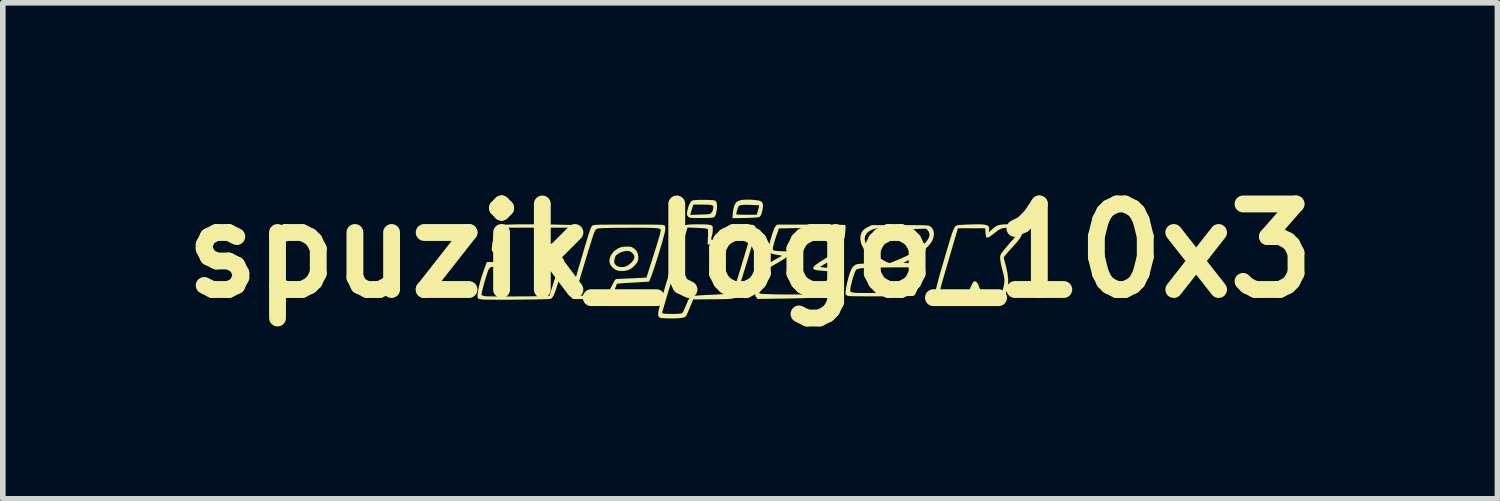
<source format=kicad_pcb>
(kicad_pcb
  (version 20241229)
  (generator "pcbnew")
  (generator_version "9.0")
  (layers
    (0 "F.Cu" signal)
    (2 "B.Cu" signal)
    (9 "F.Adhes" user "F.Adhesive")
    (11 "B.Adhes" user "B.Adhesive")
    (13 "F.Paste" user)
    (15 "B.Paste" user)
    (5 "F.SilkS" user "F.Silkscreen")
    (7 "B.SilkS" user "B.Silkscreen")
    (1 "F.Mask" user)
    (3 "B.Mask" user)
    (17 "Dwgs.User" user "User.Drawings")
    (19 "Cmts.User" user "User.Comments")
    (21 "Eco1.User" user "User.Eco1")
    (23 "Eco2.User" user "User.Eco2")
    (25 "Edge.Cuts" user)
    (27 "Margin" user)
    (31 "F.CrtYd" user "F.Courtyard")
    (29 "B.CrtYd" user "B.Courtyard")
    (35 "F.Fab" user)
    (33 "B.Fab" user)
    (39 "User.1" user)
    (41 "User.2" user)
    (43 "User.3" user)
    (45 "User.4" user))
  (footprint "spuzik_logo_10x3"
    (layer "F.Cu")
    (at 10.312 1.418)
    (property "Reference" "spuzik_logo_10x3" (at 0 0 0) (layer "F.SilkS") (effects (font (size 1.524 1.524) (thickness 0.3))))
    (attr board_only exclude_from_pos_files exclude_from_bom)
    (fp_poly (pts (xy 0.006 -0.911) (xy 0.025 -0.91) (xy 0.097 -0.904) (xy 0.15 -0.896) (xy 0.188 -0.883) (xy 0.213 -0.866) (xy 0.226 -0.842) (xy 0.23 -0.809) (xy 0.228 -0.776) (xy 0.217 -0.708) (xy 0.202 -0.655) (xy 0.183 -0.618) (xy 0.163 -0.601) (xy 0.144 -0.597) (xy 0.107 -0.593) (xy 0.056 -0.59) (xy -0.008 -0.587) (xy -0.082 -0.585) (xy -0.09 -0.585) (xy -0.315 -0.581) (xy -0.309 -0.655) (xy -0.248 -0.655) (xy -0.244 -0.65) (xy -0.232 -0.647) (xy -0.21 -0.645) (xy -0.175 -0.644) (xy -0.126 -0.643) (xy -0.067 -0.643) (xy 0.119 -0.643) (xy 0.135 -0.698) (xy 0.145 -0.735) (xy 0.154 -0.768) (xy 0.157 -0.782) (xy 0.163 -0.811) (xy 0.036 -0.817) (xy -0.048 -0.82) (xy -0.115 -0.819) (xy -0.164 -0.814) (xy -0.194 -0.804) (xy -0.199 -0.801) (xy -0.208 -0.787) (xy -0.219 -0.759) (xy -0.227 -0.735) (xy -0.237 -0.701) (xy -0.244 -0.673) (xy -0.248 -0.661) (xy -0.248 -0.655) (xy -0.309 -0.655) (xy -0.309 -0.66) (xy -0.298 -0.744) (xy -0.279 -0.809) (xy -0.254 -0.855) (xy -0.243 -0.868) (xy -0.207 -0.89) (xy -0.153 -0.905) (xy -0.082 -0.912)) (stroke (width 0) (type solid)) (fill yes) (layer "F.SilkS"))
    (fp_poly (pts (xy -2.158 -0.075) (xy -2.129 -0.072) (xy -2.107 -0.066) (xy -2.085 -0.054) (xy -2.069 -0.043) (xy -2.026 -0.002) (xy -2 0.049) (xy -1.99 0.111) (xy -1.99 0.115) (xy -1.993 0.158) (xy -2.005 0.193) (xy -2.027 0.228) (xy -2.052 0.257) (xy -2.102 0.305) (xy -2.152 0.336) (xy -2.206 0.353) (xy -2.255 0.358) (xy -2.296 0.358) (xy -2.333 0.357) (xy -2.357 0.353) (xy -2.411 0.33) (xy -2.457 0.292) (xy -2.491 0.244) (xy -2.502 0.213) (xy -2.503 0.199) (xy -2.42 0.199) (xy -2.414 0.227) (xy -2.389 0.259) (xy -2.35 0.281) (xy -2.301 0.29) (xy -2.246 0.286) (xy -2.219 0.28) (xy -2.183 0.263) (xy -2.143 0.234) (xy -2.106 0.2) (xy -2.079 0.167) (xy -2.075 0.16) (xy -2.061 0.118) (xy -2.066 0.081) (xy -2.09 0.047) (xy -2.096 0.041) (xy -2.123 0.021) (xy -2.149 0.007) (xy -2.157 0.004) (xy -2.201 0.001) (xy -2.252 0.01) (xy -2.305 0.028) (xy -2.352 0.053) (xy -2.388 0.082) (xy -2.391 0.086) (xy -2.408 0.118) (xy -2.418 0.159) (xy -2.42 0.199) (xy -2.503 0.199) (xy -2.505 0.166) (xy -2.494 0.115) (xy -2.469 0.064) (xy -2.434 0.018) (xy -2.417 0.003) (xy -2.363 -0.037) (xy -2.311 -0.061) (xy -2.253 -0.073) (xy -2.201 -0.075)) (stroke (width 0) (type solid)) (fill yes) (layer "F.SilkS"))
    (fp_poly (pts (xy -0.753 -0.907) (xy -0.702 -0.905) (xy -0.661 -0.902) (xy -0.633 -0.898) (xy -0.626 -0.896) (xy -0.606 -0.877) (xy -0.596 -0.857) (xy -0.59 -0.817) (xy -0.59 -0.767) (xy -0.596 -0.713) (xy -0.607 -0.662) (xy -0.607 -0.66) (xy -0.619 -0.627) (xy -0.631 -0.608) (xy -0.648 -0.597) (xy -0.655 -0.594) (xy -0.674 -0.591) (xy -0.709 -0.588) (xy -0.755 -0.586) (xy -0.81 -0.585) (xy -0.869 -0.584) (xy -0.927 -0.584) (xy -0.982 -0.585) (xy -1.028 -0.586) (xy -1.061 -0.588) (xy -1.073 -0.59) (xy -1.095 -0.601) (xy -1.113 -0.62) (xy -1.122 -0.637) (xy -1.122 -0.641) (xy -1.068 -0.641) (xy -0.897 -0.645) (xy -0.832 -0.647) (xy -0.783 -0.649) (xy -0.749 -0.652) (xy -0.725 -0.656) (xy -0.708 -0.662) (xy -0.701 -0.666) (xy -0.678 -0.691) (xy -0.662 -0.727) (xy -0.654 -0.766) (xy -0.655 -0.784) (xy -0.659 -0.797) (xy -0.667 -0.807) (xy -0.684 -0.814) (xy -0.711 -0.818) (xy -0.75 -0.821) (xy -0.805 -0.823) (xy -0.86 -0.823) (xy -1.011 -0.824) (xy -1.032 -0.756) (xy -1.044 -0.719) (xy -1.054 -0.685) (xy -1.061 -0.665) (xy -1.068 -0.641) (xy -1.122 -0.641) (xy -1.125 -0.657) (xy -1.122 -0.687) (xy -1.119 -0.707) (xy -1.105 -0.765) (xy -1.087 -0.817) (xy -1.065 -0.859) (xy -1.041 -0.888) (xy -1.028 -0.896) (xy -1.007 -0.901) (xy -0.97 -0.904) (xy -0.923 -0.907) (xy -0.868 -0.908) (xy -0.81 -0.908)) (stroke (width 0) (type solid)) (fill yes) (layer "F.SilkS"))
    (fp_poly (pts (xy -2.031 -0.467) (xy -1.922 -0.467) (xy -1.831 -0.467) (xy -1.755 -0.467) (xy -1.693 -0.466) (xy -1.644 -0.465) (xy -1.605 -0.464) (xy -1.576 -0.463) (xy -1.556 -0.461) (xy -1.541 -0.459) (xy -1.532 -0.456) (xy -1.526 -0.453) (xy -1.522 -0.449) (xy -1.521 -0.447) (xy -1.512 -0.427) (xy -1.51 -0.395) (xy -1.512 -0.372) (xy -1.517 -0.343) (xy -1.527 -0.298) (xy -1.543 -0.239) (xy -1.562 -0.17) (xy -1.585 -0.092) (xy -1.609 -0.009) (xy -1.635 0.076) (xy -1.662 0.161) (xy -1.688 0.243) (xy -1.713 0.319) (xy -1.737 0.387) (xy -1.757 0.444) (xy -1.77 0.478) (xy -1.8 0.549) (xy -2.013 0.562) (xy -2.082 0.566) (xy -2.149 0.57) (xy -2.21 0.573) (xy -2.26 0.577) (xy -2.295 0.579) (xy -2.299 0.58) (xy -2.371 0.586) (xy -2.418 0.705) (xy -2.441 0.762) (xy -2.46 0.802) (xy -2.476 0.828) (xy -2.491 0.842) (xy -2.5 0.847) (xy -2.514 0.851) (xy -2.533 0.854) (xy -2.56 0.857) (xy -2.598 0.858) (xy -2.649 0.859) (xy -2.716 0.86) (xy -2.799 0.861) (xy -2.809 0.861) (xy -2.885 0.861) (xy -2.957 0.861) (xy -3.021 0.86) (xy -3.074 0.86) (xy -3.113 0.859) (xy -3.136 0.858) (xy -3.138 0.858) (xy -3.153 0.855) (xy -3.165 0.852) (xy -3.174 0.845) (xy -3.18 0.834) (xy -3.183 0.818) (xy -3.183 0.794) (xy -3.181 0.782) (xy -3.11 0.782) (xy -3.109 0.784) (xy -3.101 0.79) (xy -3.089 0.794) (xy -3.07 0.797) (xy -3.042 0.799) (xy -3.003 0.799) (xy -2.951 0.799) (xy -2.883 0.798) (xy -2.809 0.797) (xy -2.73 0.795) (xy -2.669 0.793) (xy -2.623 0.791) (xy -2.59 0.789) (xy -2.568 0.786) (xy -2.554 0.782) (xy -2.546 0.777) (xy -2.545 0.775) (xy -2.535 0.761) (xy -2.519 0.732) (xy -2.498 0.692) (xy -2.475 0.646) (xy -2.467 0.631) (xy -2.441 0.58) (xy -2.422 0.545) (xy -2.408 0.523) (xy -2.397 0.51) (xy -2.386 0.504) (xy -2.374 0.502) (xy -2.37 0.502) (xy -2.351 0.501) (xy -2.315 0.499) (xy -2.265 0.497) (xy -2.205 0.494) (xy -2.138 0.491) (xy -2.092 0.489) (xy -1.846 0.477) (xy -1.738 0.136) (xy -1.711 0.052) (xy -1.686 -0.029) (xy -1.662 -0.104) (xy -1.642 -0.172) (xy -1.625 -0.228) (xy -1.613 -0.27) (xy -1.607 -0.291) (xy -1.597 -0.332) (xy -1.592 -0.358) (xy -1.592 -0.373) (xy -1.597 -0.383) (xy -1.603 -0.388) (xy -1.614 -0.394) (xy -1.632 -0.399) (xy -1.658 -0.403) (xy -1.693 -0.406) (xy -1.739 -0.408) (xy -1.797 -0.41) (xy -1.869 -0.411) (xy -1.957 -0.412) (xy -2.061 -0.411) (xy -2.183 -0.411) (xy -2.231 -0.41) (xy -2.344 -0.41) (xy -2.438 -0.409) (xy -2.515 -0.407) (xy -2.577 -0.406) (xy -2.626 -0.404) (xy -2.663 -0.402) (xy -2.691 -0.4) (xy -2.71 -0.397) (xy -2.723 -0.394) (xy -2.729 -0.392) (xy -2.739 -0.386) (xy -2.749 -0.377) (xy -2.758 -0.364) (xy -2.768 -0.345) (xy -2.78 -0.318) (xy -2.793 -0.28) (xy -2.81 -0.23) (xy -2.83 -0.165) (xy -2.855 -0.085) (xy -2.871 -0.035) (xy -2.919 0.122) (xy -2.961 0.26) (xy -2.997 0.38) (xy -3.028 0.484) (xy -3.054 0.57) (xy -3.074 0.642) (xy -3.09 0.698) (xy -3.101 0.739) (xy -3.108 0.767) (xy -3.11 0.782) (xy -3.181 0.782) (xy -3.179 0.763) (xy -3.17 0.722) (xy -3.158 0.67) (xy -3.141 0.606) (xy -3.12 0.528) (xy -3.093 0.436) (xy -3.062 0.327) (xy -3.024 0.201) (xy -3.011 0.156) (xy -2.975 0.035) (xy -2.945 -0.069) (xy -2.919 -0.156) (xy -2.897 -0.228) (xy -2.879 -0.287) (xy -2.863 -0.334) (xy -2.851 -0.37) (xy -2.84 -0.398) (xy -2.832 -0.418) (xy -2.824 -0.432) (xy -2.817 -0.441) (xy -2.809 -0.448) (xy -2.805 -0.451) (xy -2.798 -0.454) (xy -2.788 -0.457) (xy -2.774 -0.46) (xy -2.753 -0.462) (xy -2.724 -0.463) (xy -2.685 -0.465) (xy -2.636 -0.466) (xy -2.575 -0.466) (xy -2.499 -0.467) (xy -2.409 -0.467) (xy -2.301 -0.467) (xy -2.175 -0.467) (xy -2.158 -0.467)) (stroke (width 0) (type solid)) (fill yes) (layer "F.SilkS"))
    (fp_poly (pts (xy -3.845 -0.472) (xy -3.734 -0.471) (xy -3.621 -0.47) (xy -3.509 -0.468) (xy -3.469 -0.467) (xy -3.154 -0.46) (xy -3.16 -0.373) (xy -3.167 -0.31) (xy -3.175 -0.258) (xy -3.188 -0.209) (xy -3.208 -0.155) (xy -3.214 -0.138) (xy -3.242 -0.071) (xy -3.406 -0.068) (xy -3.571 -0.065) (xy -3.475 0.008) (xy -3.412 0.058) (xy -3.366 0.099) (xy -3.335 0.133) (xy -3.32 0.16) (xy -3.317 0.174) (xy -3.32 0.194) (xy -3.328 0.231) (xy -3.34 0.28) (xy -3.355 0.339) (xy -3.372 0.404) (xy -3.391 0.472) (xy -3.411 0.539) (xy -3.43 0.602) (xy -3.442 0.638) (xy -3.465 0.709) (xy -3.486 0.762) (xy -3.503 0.801) (xy -3.52 0.828) (xy -3.538 0.846) (xy -3.556 0.856) (xy -3.571 0.858) (xy -3.604 0.86) (xy -3.653 0.862) (xy -3.716 0.864) (xy -3.79 0.865) (xy -3.873 0.867) (xy -3.963 0.868) (xy -4.058 0.869) (xy -4.155 0.87) (xy -4.253 0.871) (xy -4.349 0.871) (xy -4.441 0.871) (xy -4.526 0.871) (xy -4.604 0.87) (xy -4.671 0.87) (xy -4.725 0.868) (xy -4.764 0.867) (xy -4.786 0.865) (xy -4.786 0.865) (xy -4.817 0.858) (xy -4.839 0.852) (xy -4.844 0.85) (xy -4.853 0.833) (xy -4.856 0.8) (xy -4.854 0.778) (xy -4.784 0.778) (xy -4.78 0.791) (xy -4.767 0.797) (xy -4.758 0.799) (xy -4.734 0.805) (xy -4.719 0.809) (xy -4.706 0.81) (xy -4.674 0.811) (xy -4.628 0.812) (xy -4.569 0.813) (xy -4.499 0.813) (xy -4.421 0.813) (xy -4.337 0.813) (xy -4.251 0.813) (xy -4.163 0.813) (xy -4.077 0.812) (xy -3.995 0.812) (xy -3.919 0.811) (xy -3.852 0.81) (xy -3.797 0.808) (xy -3.768 0.808) (xy -3.573 0.801) (xy -3.499 0.564) (xy -3.477 0.494) (xy -3.456 0.426) (xy -3.436 0.365) (xy -3.42 0.313) (xy -3.408 0.274) (xy -3.404 0.259) (xy -3.383 0.191) (xy -3.413 0.16) (xy -3.434 0.141) (xy -3.466 0.116) (xy -3.505 0.087) (xy -3.53 0.069) (xy -3.568 0.043) (xy -3.6 0.018) (xy -3.621 -0.001) (xy -3.628 -0.01) (xy -3.637 -0.038) (xy -3.638 -0.07) (xy -3.632 -0.098) (xy -3.624 -0.11) (xy -3.608 -0.116) (xy -3.577 -0.122) (xy -3.536 -0.128) (xy -3.491 -0.132) (xy -3.421 -0.139) (xy -3.369 -0.146) (xy -3.331 -0.154) (xy -3.305 -0.164) (xy -3.288 -0.177) (xy -3.282 -0.184) (xy -3.271 -0.208) (xy -3.259 -0.248) (xy -3.247 -0.299) (xy -3.235 -0.359) (xy -3.232 -0.374) (xy -3.226 -0.412) (xy -4.442 -0.412) (xy -4.462 -0.344) (xy -4.474 -0.304) (xy -4.49 -0.252) (xy -4.506 -0.199) (xy -4.513 -0.176) (xy -4.525 -0.133) (xy -4.535 -0.097) (xy -4.542 -0.071) (xy -4.543 -0.063) (xy -4.536 -0.053) (xy -4.516 -0.032) (xy -4.485 -0.004) (xy -4.447 0.029) (xy -4.43 0.044) (xy -4.367 0.098) (xy -4.321 0.142) (xy -4.291 0.178) (xy -4.277 0.206) (xy -4.28 0.227) (xy -4.297 0.242) (xy -4.33 0.252) (xy -4.36 0.256) (xy -4.45 0.266) (xy -4.52 0.275) (xy -4.572 0.282) (xy -4.606 0.288) (xy -4.621 0.293) (xy -4.641 0.308) (xy -4.66 0.339) (xy -4.665 0.349) (xy -4.676 0.379) (xy -4.691 0.423) (xy -4.708 0.478) (xy -4.726 0.537) (xy -4.743 0.597) (xy -4.758 0.654) (xy -4.771 0.703) (xy -4.779 0.739) (xy -4.781 0.751) (xy -4.784 0.778) (xy -4.854 0.778) (xy -4.852 0.752) (xy -4.842 0.693) (xy -4.827 0.623) (xy -4.807 0.546) (xy -4.783 0.464) (xy -4.755 0.379) (xy -4.732 0.314) (xy -4.69 0.201) (xy -4.526 0.201) (xy -4.471 0.201) (xy -4.424 0.199) (xy -4.388 0.198) (xy -4.367 0.195) (xy -4.362 0.193) (xy -4.371 0.185) (xy -4.392 0.169) (xy -4.423 0.149) (xy -4.444 0.136) (xy -4.486 0.108) (xy -4.526 0.077) (xy -4.558 0.048) (xy -4.565 0.04) (xy -4.587 0.015) (xy -4.599 -0.004) (xy -4.602 -0.024) (xy -4.601 -0.054) (xy -4.599 -0.069) (xy -4.591 -0.134) (xy -4.579 -0.201) (xy -4.564 -0.266) (xy -4.548 -0.327) (xy -4.531 -0.38) (xy -4.514 -0.421) (xy -4.498 -0.448) (xy -4.49 -0.455) (xy -4.474 -0.458) (xy -4.439 -0.462) (xy -4.388 -0.465) (xy -4.322 -0.467) (xy -4.244 -0.469) (xy -4.156 -0.471) (xy -4.058 -0.472) (xy -3.954 -0.472)) (stroke (width 0) (type solid)) (fill yes) (layer "F.SilkS"))
    (fp_poly (pts (xy 2.782 -0.457) (xy 2.877 -0.457) (xy 2.956 -0.457) (xy 3.02 -0.456) (xy 3.07 -0.456) (xy 3.11 -0.454) (xy 3.14 -0.453) (xy 3.162 -0.451) (xy 3.178 -0.448) (xy 3.19 -0.445) (xy 3.199 -0.441) (xy 3.206 -0.437) (xy 3.243 -0.404) (xy 3.266 -0.36) (xy 3.275 -0.306) (xy 3.268 -0.246) (xy 3.249 -0.189) (xy 3.217 -0.135) (xy 3.167 -0.077) (xy 3.1 -0.017) (xy 3.019 0.045) (xy 2.925 0.107) (xy 2.831 0.162) (xy 2.731 0.216) (xy 2.866 0.222) (xy 2.94 0.226) (xy 2.996 0.231) (xy 3.036 0.238) (xy 3.063 0.25) (xy 3.077 0.268) (xy 3.082 0.295) (xy 3.078 0.331) (xy 3.069 0.379) (xy 3.066 0.394) (xy 3.047 0.476) (xy 3.025 0.555) (xy 3.003 0.627) (xy 2.98 0.69) (xy 2.958 0.741) (xy 2.937 0.779) (xy 2.919 0.799) (xy 2.916 0.801) (xy 2.903 0.803) (xy 2.872 0.804) (xy 2.825 0.806) (xy 2.765 0.807) (xy 2.694 0.808) (xy 2.613 0.809) (xy 2.526 0.81) (xy 2.434 0.81) (xy 2.34 0.811) (xy 2.246 0.811) (xy 2.154 0.811) (xy 2.066 0.811) (xy 1.984 0.81) (xy 1.912 0.81) (xy 1.85 0.809) (xy 1.802 0.808) (xy 1.768 0.806) (xy 1.753 0.805) (xy 1.724 0.796) (xy 1.707 0.786) (xy 1.7 0.768) (xy 1.701 0.737) (xy 1.703 0.716) (xy 1.704 0.71) (xy 1.784 0.71) (xy 1.787 0.726) (xy 1.787 0.726) (xy 1.804 0.735) (xy 1.831 0.743) (xy 1.836 0.745) (xy 1.857 0.747) (xy 1.894 0.749) (xy 1.946 0.75) (xy 2.01 0.751) (xy 2.084 0.751) (xy 2.165 0.751) (xy 2.252 0.751) (xy 2.34 0.751) (xy 2.429 0.75) (xy 2.516 0.749) (xy 2.598 0.747) (xy 2.673 0.746) (xy 2.739 0.744) (xy 2.793 0.742) (xy 2.833 0.74) (xy 2.856 0.737) (xy 2.861 0.736) (xy 2.874 0.725) (xy 2.887 0.706) (xy 2.901 0.676) (xy 2.918 0.634) (xy 2.937 0.577) (xy 2.96 0.504) (xy 2.971 0.469) (xy 2.989 0.409) (xy 3.001 0.365) (xy 3.008 0.335) (xy 3.01 0.315) (xy 3.008 0.304) (xy 3.005 0.3) (xy 2.991 0.298) (xy 2.96 0.296) (xy 2.914 0.295) (xy 2.855 0.294) (xy 2.785 0.294) (xy 2.706 0.294) (xy 2.622 0.294) (xy 2.534 0.295) (xy 2.445 0.296) (xy 2.357 0.297) (xy 2.272 0.299) (xy 2.194 0.301) (xy 2.123 0.303) (xy 2.063 0.305) (xy 2.016 0.308) (xy 1.984 0.31) (xy 1.976 0.311) (xy 1.939 0.318) (xy 1.91 0.326) (xy 1.894 0.332) (xy 1.894 0.332) (xy 1.881 0.35) (xy 1.866 0.383) (xy 1.85 0.426) (xy 1.834 0.477) (xy 1.818 0.531) (xy 1.804 0.586) (xy 1.793 0.636) (xy 1.786 0.678) (xy 1.784 0.71) (xy 1.704 0.71) (xy 1.713 0.648) (xy 1.729 0.568) (xy 1.75 0.483) (xy 1.774 0.401) (xy 1.776 0.397) (xy 1.803 0.33) (xy 1.835 0.281) (xy 1.873 0.25) (xy 1.917 0.235) (xy 1.942 0.233) (xy 1.982 0.23) (xy 2.034 0.227) (xy 2.091 0.224) (xy 2.121 0.222) (xy 2.281 0.216) (xy 2.206 0.158) (xy 2.126 0.089) (xy 2.061 0.017) (xy 2.012 -0.057) (xy 1.979 -0.129) (xy 1.964 -0.2) (xy 1.964 -0.207) (xy 2.041 -0.207) (xy 2.053 -0.149) (xy 2.082 -0.086) (xy 2.12 -0.034) (xy 2.153 0.002) (xy 2.195 0.041) (xy 2.244 0.08) (xy 2.296 0.118) (xy 2.348 0.153) (xy 2.398 0.182) (xy 2.441 0.203) (xy 2.475 0.215) (xy 2.493 0.216) (xy 2.511 0.21) (xy 2.543 0.197) (xy 2.586 0.18) (xy 2.635 0.16) (xy 2.649 0.154) (xy 2.734 0.117) (xy 2.805 0.083) (xy 2.866 0.05) (xy 2.924 0.016) (xy 2.981 -0.024) (xy 2.991 -0.03) (xy 3.067 -0.091) (xy 3.127 -0.149) (xy 3.168 -0.203) (xy 3.192 -0.254) (xy 3.197 -0.3) (xy 3.183 -0.341) (xy 3.165 -0.364) (xy 3.135 -0.395) (xy 2.897 -0.388) (xy 2.781 -0.386) (xy 2.683 -0.386) (xy 2.601 -0.389) (xy 2.538 -0.393) (xy 2.436 -0.402) (xy 2.351 -0.405) (xy 2.281 -0.402) (xy 2.221 -0.392) (xy 2.171 -0.376) (xy 2.127 -0.353) (xy 2.118 -0.348) (xy 2.074 -0.307) (xy 2.048 -0.26) (xy 2.041 -0.207) (xy 1.964 -0.207) (xy 1.967 -0.267) (xy 1.97 -0.278) (xy 1.988 -0.33) (xy 2.019 -0.371) (xy 2.063 -0.405) (xy 2.098 -0.424) (xy 2.166 -0.457) (xy 2.668 -0.457)) (stroke (width 0) (type solid)) (fill yes) (layer "F.SilkS"))
    (fp_poly (pts (xy 1.085 -0.467) (xy 1.193 -0.467) (xy 1.295 -0.466) (xy 1.39 -0.466) (xy 1.474 -0.465) (xy 1.548 -0.464) (xy 1.608 -0.463) (xy 1.654 -0.462) (xy 1.683 -0.461) (xy 1.694 -0.46) (xy 1.699 -0.445) (xy 1.7 -0.414) (xy 1.699 -0.374) (xy 1.695 -0.327) (xy 1.689 -0.28) (xy 1.682 -0.237) (xy 1.68 -0.23) (xy 1.661 -0.158) (xy 1.639 -0.088) (xy 1.615 -0.026) (xy 1.592 0.025) (xy 1.57 0.061) (xy 1.565 0.068) (xy 1.534 0.097) (xy 1.487 0.133) (xy 1.426 0.175) (xy 1.352 0.221) (xy 1.319 0.241) (xy 1.286 0.261) (xy 1.262 0.277) (xy 1.25 0.287) (xy 1.25 0.288) (xy 1.261 0.291) (xy 1.288 0.294) (xy 1.325 0.298) (xy 1.351 0.301) (xy 1.404 0.305) (xy 1.44 0.312) (xy 1.462 0.323) (xy 1.472 0.343) (xy 1.473 0.374) (xy 1.467 0.421) (xy 1.463 0.449) (xy 1.447 0.535) (xy 1.431 0.614) (xy 1.413 0.683) (xy 1.395 0.74) (xy 1.377 0.783) (xy 1.36 0.81) (xy 1.35 0.818) (xy 1.325 0.823) (xy 1.281 0.827) (xy 1.221 0.832) (xy 1.144 0.836) (xy 1.053 0.84) (xy 0.949 0.843) (xy 0.834 0.846) (xy 0.708 0.849) (xy 0.583 0.851) (xy 0.136 0.857) (xy 0.113 0.832) (xy 0.1 0.814) (xy 0.093 0.79) (xy 0.092 0.76) (xy 0.094 0.748) (xy 0.164 0.748) (xy 0.165 0.754) (xy 0.168 0.758) (xy 0.173 0.76) (xy 0.173 0.76) (xy 0.188 0.764) (xy 0.221 0.767) (xy 0.27 0.77) (xy 0.331 0.772) (xy 0.403 0.774) (xy 0.484 0.776) (xy 0.57 0.777) (xy 0.66 0.778) (xy 0.752 0.778) (xy 0.842 0.778) (xy 0.929 0.777) (xy 1.01 0.776) (xy 1.083 0.774) (xy 1.145 0.772) (xy 1.195 0.769) (xy 1.211 0.768) (xy 1.246 0.763) (xy 1.275 0.758) (xy 1.288 0.753) (xy 1.298 0.742) (xy 1.311 0.715) (xy 1.327 0.673) (xy 1.347 0.615) (xy 1.372 0.538) (xy 1.392 0.472) (xy 1.403 0.432) (xy 1.412 0.4) (xy 1.417 0.379) (xy 1.417 0.375) (xy 1.408 0.369) (xy 1.379 0.364) (xy 1.335 0.359) (xy 1.309 0.357) (xy 1.238 0.351) (xy 1.184 0.344) (xy 1.147 0.334) (xy 1.127 0.32) (xy 1.124 0.302) (xy 1.138 0.279) (xy 1.169 0.25) (xy 1.219 0.214) (xy 1.286 0.171) (xy 1.342 0.136) (xy 1.392 0.105) (xy 1.437 0.077) (xy 1.474 0.053) (xy 1.499 0.037) (xy 1.509 0.03) (xy 1.52 0.014) (xy 1.534 -0.019) (xy 1.55 -0.063) (xy 1.567 -0.116) (xy 1.584 -0.172) (xy 1.599 -0.229) (xy 1.612 -0.283) (xy 1.622 -0.329) (xy 1.626 -0.365) (xy 1.626 -0.385) (xy 1.625 -0.385) (xy 1.613 -0.392) (xy 1.58 -0.398) (xy 1.529 -0.402) (xy 1.46 -0.406) (xy 1.373 -0.408) (xy 1.269 -0.409) (xy 1.149 -0.409) (xy 1.012 -0.408) (xy 0.903 -0.406) (xy 0.514 -0.399) (xy 0.474 -0.287) (xy 0.456 -0.234) (xy 0.438 -0.179) (xy 0.424 -0.129) (xy 0.417 -0.102) (xy 0.408 -0.066) (xy 0.405 -0.039) (xy 0.409 -0.02) (xy 0.423 -0.008) (xy 0.449 -0.000267) (xy 0.489 0.004) (xy 0.546 0.007) (xy 0.578 0.008) (xy 0.642 0.011) (xy 0.687 0.014) (xy 0.716 0.02) (xy 0.731 0.028) (xy 0.733 0.039) (xy 0.725 0.053) (xy 0.717 0.062) (xy 0.695 0.082) (xy 0.657 0.11) (xy 0.605 0.145) (xy 0.541 0.184) (xy 0.469 0.227) (xy 0.421 0.254) (xy 0.294 0.325) (xy 0.233 0.517) (xy 0.21 0.59) (xy 0.192 0.646) (xy 0.179 0.687) (xy 0.171 0.717) (xy 0.166 0.736) (xy 0.164 0.748) (xy 0.094 0.748) (xy 0.098 0.718) (xy 0.109 0.663) (xy 0.12 0.621) (xy 0.145 0.532) (xy 0.17 0.452) (xy 0.195 0.385) (xy 0.219 0.334) (xy 0.241 0.299) (xy 0.243 0.296) (xy 0.27 0.271) (xy 0.311 0.24) (xy 0.362 0.206) (xy 0.417 0.172) (xy 0.474 0.14) (xy 0.496 0.129) (xy 0.528 0.112) (xy 0.552 0.098) (xy 0.563 0.09) (xy 0.563 0.089) (xy 0.554 0.084) (xy 0.53 0.079) (xy 0.505 0.075) (xy 0.443 0.066) (xy 0.397 0.054) (xy 0.362 0.039) (xy 0.347 0.029) (xy 0.329 0.012) (xy 0.323 -0.007) (xy 0.324 -0.036) (xy 0.329 -0.06) (xy 0.338 -0.098) (xy 0.351 -0.148) (xy 0.366 -0.204) (xy 0.377 -0.242) (xy 0.399 -0.312) (xy 0.417 -0.364) (xy 0.432 -0.402) (xy 0.446 -0.427) (xy 0.453 -0.437) (xy 0.481 -0.467)) (stroke (width 0) (type solid)) (fill yes) (layer "F.SilkS"))
    (fp_poly (pts (xy 4.673 -0.472) (xy 4.723 -0.471) (xy 4.763 -0.469) (xy 4.788 -0.467) (xy 4.792 -0.466) (xy 4.818 -0.455) (xy 4.834 -0.432) (xy 4.843 -0.394) (xy 4.845 -0.351) (xy 4.844 -0.322) (xy 4.84 -0.296) (xy 4.832 -0.27) (xy 4.819 -0.242) (xy 4.798 -0.211) (xy 4.769 -0.173) (xy 4.73 -0.128) (xy 4.68 -0.072) (xy 4.625 -0.012) (xy 4.58 0.039) (xy 4.547 0.078) (xy 4.527 0.105) (xy 4.518 0.122) (xy 4.518 0.129) (xy 4.523 0.145) (xy 4.532 0.175) (xy 4.543 0.218) (xy 4.556 0.267) (xy 4.56 0.281) (xy 4.587 0.407) (xy 4.598 0.521) (xy 4.593 0.623) (xy 4.574 0.713) (xy 4.551 0.767) (xy 4.538 0.789) (xy 4.522 0.806) (xy 4.501 0.818) (xy 4.471 0.827) (xy 4.429 0.832) (xy 4.374 0.834) (xy 4.301 0.835) (xy 4.29 0.835) (xy 4.22 0.835) (xy 4.167 0.833) (xy 4.128 0.829) (xy 4.1 0.822) (xy 4.081 0.81) (xy 4.066 0.794) (xy 4.054 0.772) (xy 4.052 0.768) (xy 4.032 0.729) (xy 4.017 0.707) (xy 4.005 0.7) (xy 3.996 0.703) (xy 3.986 0.72) (xy 3.978 0.747) (xy 3.977 0.752) (xy 3.969 0.783) (xy 3.954 0.804) (xy 3.93 0.818) (xy 3.891 0.828) (xy 3.843 0.835) (xy 3.793 0.838) (xy 3.729 0.841) (xy 3.658 0.842) (xy 3.585 0.842) (xy 3.514 0.841) (xy 3.452 0.839) (xy 3.404 0.835) (xy 3.395 0.834) (xy 3.347 0.824) (xy 3.317 0.808) (xy 3.301 0.783) (xy 3.297 0.749) (xy 3.3 0.73) (xy 3.301 0.724) (xy 3.382 0.724) (xy 3.383 0.731) (xy 3.385 0.736) (xy 3.388 0.739) (xy 3.389 0.74) (xy 3.408 0.749) (xy 3.444 0.757) (xy 3.493 0.763) (xy 3.552 0.767) (xy 3.619 0.77) (xy 3.689 0.77) (xy 3.706 0.769) (xy 3.763 0.767) (xy 3.803 0.764) (xy 3.832 0.759) (xy 3.853 0.752) (xy 3.862 0.747) (xy 3.885 0.728) (xy 3.906 0.699) (xy 3.925 0.658) (xy 3.947 0.61) (xy 3.963 0.577) (xy 3.975 0.557) (xy 3.986 0.547) (xy 3.998 0.543) (xy 4.006 0.543) (xy 4.028 0.55) (xy 4.049 0.574) (xy 4.07 0.614) (xy 4.092 0.674) (xy 4.093 0.675) (xy 4.114 0.742) (xy 4.266 0.749) (xy 4.322 0.751) (xy 4.374 0.753) (xy 4.417 0.753) (xy 4.446 0.753) (xy 4.453 0.752) (xy 4.47 0.75) (xy 4.481 0.744) (xy 4.49 0.732) (xy 4.498 0.708) (xy 4.508 0.669) (xy 4.51 0.663) (xy 4.523 0.605) (xy 4.53 0.555) (xy 4.53 0.507) (xy 4.523 0.456) (xy 4.509 0.395) (xy 4.497 0.351) (xy 4.483 0.296) (xy 4.47 0.24) (xy 4.461 0.191) (xy 4.456 0.156) (xy 4.454 0.117) (xy 4.456 0.091) (xy 4.463 0.069) (xy 4.478 0.044) (xy 4.48 0.04) (xy 4.497 0.017) (xy 4.524 -0.017) (xy 4.559 -0.059) (xy 4.598 -0.105) (xy 4.625 -0.136) (xy 4.676 -0.194) (xy 4.715 -0.24) (xy 4.744 -0.275) (xy 4.763 -0.302) (xy 4.776 -0.322) (xy 4.782 -0.338) (xy 4.784 -0.353) (xy 4.784 -0.356) (xy 4.78 -0.375) (xy 4.766 -0.389) (xy 4.74 -0.399) (xy 4.699 -0.406) (xy 4.64 -0.41) (xy 4.636 -0.41) (xy 4.571 -0.411) (xy 4.52 -0.408) (xy 4.477 -0.397) (xy 4.436 -0.377) (xy 4.393 -0.347) (xy 4.366 -0.326) (xy 4.313 -0.284) (xy 4.272 -0.255) (xy 4.243 -0.239) (xy 4.222 -0.234) (xy 4.21 -0.239) (xy 4.204 -0.254) (xy 4.198 -0.283) (xy 4.194 -0.321) (xy 4.194 -0.326) (xy 4.189 -0.402) (xy 3.702 -0.402) (xy 3.56 0.083) (xy 3.523 0.21) (xy 3.491 0.318) (xy 3.464 0.411) (xy 3.442 0.488) (xy 3.424 0.551) (xy 3.409 0.603) (xy 3.398 0.643) (xy 3.39 0.674) (xy 3.385 0.697) (xy 3.383 0.713) (xy 3.382 0.724) (xy 3.301 0.724) (xy 3.308 0.694) (xy 3.321 0.643) (xy 3.338 0.577) (xy 3.358 0.501) (xy 3.382 0.414) (xy 3.409 0.32) (xy 3.428 0.256) (xy 3.466 0.124) (xy 3.499 0.01) (xy 3.528 -0.088) (xy 3.553 -0.17) (xy 3.574 -0.238) (xy 3.592 -0.294) (xy 3.608 -0.339) (xy 3.622 -0.374) (xy 3.634 -0.4) (xy 3.645 -0.42) (xy 3.655 -0.433) (xy 3.666 -0.443) (xy 3.677 -0.449) (xy 3.686 -0.453) (xy 3.706 -0.457) (xy 3.742 -0.461) (xy 3.791 -0.464) (xy 3.849 -0.467) (xy 3.911 -0.469) (xy 3.975 -0.471) (xy 4.036 -0.472) (xy 4.091 -0.472) (xy 4.136 -0.47) (xy 4.165 -0.468) (xy 4.212 -0.458) (xy 4.243 -0.442) (xy 4.257 -0.417) (xy 4.259 -0.382) (xy 4.258 -0.375) (xy 4.252 -0.33) (xy 4.314 -0.386) (xy 4.35 -0.416) (xy 4.383 -0.439) (xy 4.418 -0.454) (xy 4.46 -0.464) (xy 4.511 -0.47) (xy 4.576 -0.472) (xy 4.619 -0.472)) (stroke (width 0) (type solid)) (fill yes) (layer "F.SilkS"))
    (fp_poly (pts (xy -0.817 -0.471) (xy -0.758 -0.468) (xy -0.716 -0.462) (xy -0.688 -0.453) (xy -0.672 -0.441) (xy -0.672 -0.44) (xy -0.666 -0.418) (xy -0.664 -0.383) (xy -0.666 -0.341) (xy -0.672 -0.299) (xy -0.678 -0.275) (xy -0.69 -0.235) (xy -0.693 -0.21) (xy -0.685 -0.197) (xy -0.664 -0.192) (xy -0.626 -0.192) (xy -0.621 -0.192) (xy -0.572 -0.193) (xy -0.535 -0.196) (xy -0.507 -0.206) (xy -0.484 -0.223) (xy -0.463 -0.251) (xy -0.442 -0.291) (xy -0.416 -0.347) (xy -0.411 -0.359) (xy -0.396 -0.394) (xy -0.382 -0.421) (xy -0.368 -0.44) (xy -0.35 -0.453) (xy -0.325 -0.461) (xy -0.29 -0.465) (xy -0.243 -0.467) (xy -0.18 -0.467) (xy -0.141 -0.467) (xy -0.072 -0.467) (xy -0.02 -0.467) (xy 0.017 -0.465) (xy 0.043 -0.463) (xy 0.06 -0.459) (xy 0.071 -0.454) (xy 0.078 -0.449) (xy 0.097 -0.426) (xy 0.105 -0.396) (xy 0.103 -0.355) (xy 0.095 -0.314) (xy 0.088 -0.286) (xy 0.076 -0.243) (xy 0.059 -0.185) (xy 0.039 -0.116) (xy 0.016 -0.039) (xy -0.009 0.046) (xy -0.036 0.135) (xy -0.064 0.226) (xy -0.092 0.318) (xy -0.12 0.407) (xy -0.146 0.491) (xy -0.17 0.568) (xy -0.192 0.637) (xy -0.21 0.693) (xy -0.224 0.736) (xy -0.234 0.763) (xy -0.236 0.769) (xy -0.246 0.792) (xy -0.255 0.811) (xy -0.265 0.826) (xy -0.278 0.837) (xy -0.296 0.846) (xy -0.321 0.852) (xy -0.356 0.856) (xy -0.402 0.859) (xy -0.461 0.861) (xy -0.535 0.862) (xy -0.627 0.863) (xy -0.658 0.863) (xy -1.013 0.866) (xy -1.071 1.007) (xy -1.092 1.057) (xy -1.112 1.103) (xy -1.129 1.139) (xy -1.141 1.162) (xy -1.145 1.167) (xy -1.166 1.182) (xy -1.203 1.192) (xy -1.226 1.196) (xy -1.267 1.2) (xy -1.321 1.203) (xy -1.384 1.204) (xy -1.45 1.204) (xy -1.513 1.202) (xy -1.567 1.199) (xy -1.568 1.199) (xy -1.601 1.193) (xy -1.623 1.182) (xy -1.626 1.179) (xy -1.636 1.155) (xy -1.637 1.117) (xy -1.636 1.104) (xy -1.568 1.104) (xy -1.559 1.113) (xy -1.54 1.119) (xy -1.51 1.121) (xy -1.465 1.123) (xy -1.413 1.124) (xy -1.358 1.124) (xy -1.308 1.123) (xy -1.268 1.121) (xy -1.252 1.119) (xy -1.226 1.115) (xy -1.209 1.108) (xy -1.196 1.093) (xy -1.183 1.066) (xy -1.176 1.051) (xy -1.157 1.007) (xy -1.136 0.957) (xy -1.122 0.925) (xy -1.101 0.877) (xy -1.082 0.845) (xy -1.063 0.825) (xy -1.038 0.812) (xy -1.007 0.804) (xy -0.982 0.801) (xy -0.94 0.797) (xy -0.885 0.793) (xy -0.821 0.789) (xy -0.752 0.785) (xy -0.716 0.784) (xy -0.608 0.779) (xy -0.52 0.774) (xy -0.449 0.768) (xy -0.393 0.763) (xy -0.352 0.757) (xy -0.325 0.751) (xy -0.309 0.745) (xy -0.306 0.742) (xy -0.301 0.731) (xy -0.291 0.702) (xy -0.277 0.658) (xy -0.259 0.602) (xy -0.238 0.535) (xy -0.214 0.459) (xy -0.189 0.377) (xy -0.162 0.291) (xy -0.136 0.202) (xy -0.109 0.114) (xy -0.083 0.028) (xy -0.059 -0.054) (xy -0.037 -0.129) (xy -0.018 -0.196) (xy -0.002 -0.252) (xy 0.01 -0.294) (xy 0.016 -0.317) (xy 0.023 -0.35) (xy 0.025 -0.37) (xy 0.021 -0.382) (xy 0.01 -0.393) (xy 0.008 -0.396) (xy -0.004 -0.403) (xy -0.018 -0.408) (xy -0.04 -0.411) (xy -0.072 -0.412) (xy -0.119 -0.411) (xy -0.146 -0.41) (xy -0.2 -0.408) (xy -0.246 -0.404) (xy -0.28 -0.399) (xy -0.298 -0.394) (xy -0.315 -0.376) (xy -0.334 -0.34) (xy -0.351 -0.299) (xy -0.377 -0.234) (xy -0.397 -0.185) (xy -0.413 -0.151) (xy -0.427 -0.13) (xy -0.439 -0.119) (xy -0.447 -0.116) (xy -0.494 -0.108) (xy -0.537 -0.104) (xy -0.585 -0.103) (xy -0.644 -0.106) (xy -0.651 -0.106) (xy -0.757 -0.114) (xy -0.751 -0.248) (xy -0.748 -0.302) (xy -0.748 -0.34) (xy -0.749 -0.364) (xy -0.752 -0.379) (xy -0.757 -0.387) (xy -0.764 -0.392) (xy -0.78 -0.396) (xy -0.812 -0.4) (xy -0.857 -0.404) (xy -0.911 -0.407) (xy -0.948 -0.409) (xy -1.114 -0.415) (xy -1.144 -0.316) (xy -1.161 -0.26) (xy -1.182 -0.192) (xy -1.206 -0.114) (xy -1.232 -0.027) (xy -1.26 0.068) (xy -1.29 0.167) (xy -1.321 0.269) (xy -1.352 0.373) (xy -1.383 0.477) (xy -1.413 0.579) (xy -1.442 0.677) (xy -1.47 0.769) (xy -1.495 0.853) (xy -1.517 0.929) (xy -1.536 0.993) (xy -1.551 1.044) (xy -1.562 1.081) (xy -1.567 1.101) (xy -1.568 1.104) (xy -1.636 1.104) (xy -1.631 1.066) (xy -1.615 0.999) (xy -1.605 0.959) (xy -1.583 0.882) (xy -1.556 0.79) (xy -1.526 0.685) (xy -1.492 0.571) (xy -1.456 0.452) (xy -1.42 0.331) (xy -1.384 0.212) (xy -1.348 0.097) (xy -1.316 -0.01) (xy -1.286 -0.105) (xy -1.275 -0.141) (xy -1.251 -0.214) (xy -1.23 -0.281) (xy -1.212 -0.339) (xy -1.196 -0.388) (xy -1.186 -0.422) (xy -1.18 -0.441) (xy -1.179 -0.443) (xy -1.17 -0.453) (xy -1.146 -0.46) (xy -1.108 -0.466) (xy -1.053 -0.47) (xy -0.98 -0.472) (xy -0.895 -0.472)) (stroke (width 0) (type solid)) (fill yes) (layer "F.SilkS")))
  (gr_rect
    (start -3 -3)
    (end 23.625 5.836)
    (stroke (width 0.1) (type default))
    (fill no)
    (layer "Edge.Cuts")))
</source>
